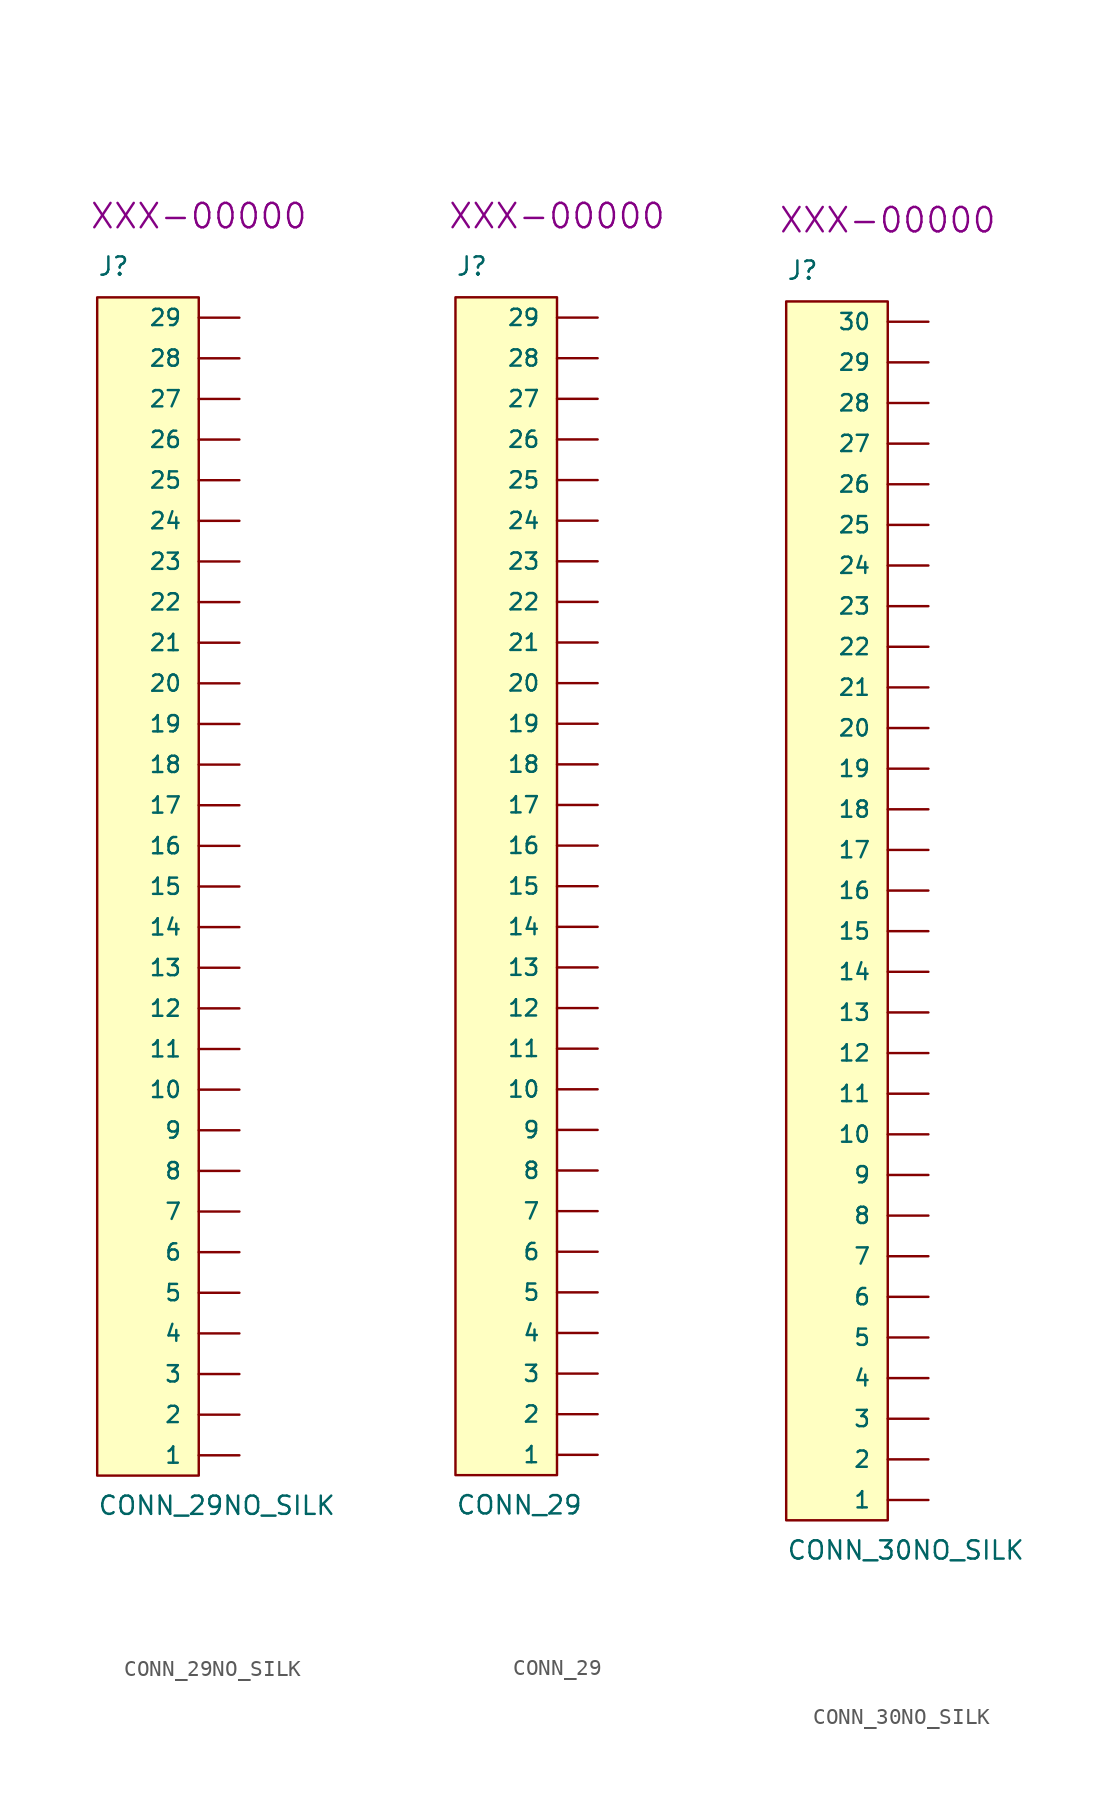
<source format=kicad_sym>
(kicad_symbol_lib
  (version 20220914)
  (generator kicad_symbol_editor)
  (symbol "CONN_29NO_SILK"
    (pin_numbers hide)
    (pin_names
      (offset 1.016))
    (property "Reference" "J"
      (at -6.35 73.66 0)
      (effects (font (size 1.143 1.143)) (justify left bottom)))
    (property "Value" "CONN_29NO_SILK"
      (at -6.35 -3.81 0)
      (effects (font (size 1.143 1.143)) (justify left bottom)))
    (property "Field4" "XXX-00000"
      (at 0 77.47 0)
      (effects (font (size 1.524 1.524))))
    (property "ki_locked" ""
      (at 0 0 0)
      (effects (font (size 1.27 1.27))))
    (symbol "CONN_29NO_SILK_0_1"
      (rectangle (start 0 -1.27) (end -6.35 72.39) (stroke (width 0) (type solid)) (fill (type background))))
    (symbol "CONN_29NO_SILK_1_1"
      (pin passive line (at 2.54 0 180) (length 2.54) (name "1" (effects (font (size 1.016 1.016)))) (number "1" (effects (font (size 1.016 1.016)))))
      (pin passive line (at 2.54 22.86 180) (length 2.54) (name "10" (effects (font (size 1.016 1.016)))) (number "10" (effects (font (size 1.016 1.016)))))
      (pin passive line (at 2.54 25.4 180) (length 2.54) (name "11" (effects (font (size 1.016 1.016)))) (number "11" (effects (font (size 1.016 1.016)))))
      (pin passive line (at 2.54 27.94 180) (length 2.54) (name "12" (effects (font (size 1.016 1.016)))) (number "12" (effects (font (size 1.016 1.016)))))
      (pin passive line (at 2.54 30.48 180) (length 2.54) (name "13" (effects (font (size 1.016 1.016)))) (number "13" (effects (font (size 1.016 1.016)))))
      (pin passive line (at 2.54 33.02 180) (length 2.54) (name "14" (effects (font (size 1.016 1.016)))) (number "14" (effects (font (size 1.016 1.016)))))
      (pin passive line (at 2.54 35.56 180) (length 2.54) (name "15" (effects (font (size 1.016 1.016)))) (number "15" (effects (font (size 1.016 1.016)))))
      (pin passive line (at 2.54 38.1 180) (length 2.54) (name "16" (effects (font (size 1.016 1.016)))) (number "16" (effects (font (size 1.016 1.016)))))
      (pin passive line (at 2.54 40.64 180) (length 2.54) (name "17" (effects (font (size 1.016 1.016)))) (number "17" (effects (font (size 1.016 1.016)))))
      (pin passive line (at 2.54 43.18 180) (length 2.54) (name "18" (effects (font (size 1.016 1.016)))) (number "18" (effects (font (size 1.016 1.016)))))
      (pin passive line (at 2.54 45.72 180) (length 2.54) (name "19" (effects (font (size 1.016 1.016)))) (number "19" (effects (font (size 1.016 1.016)))))
      (pin passive line (at 2.54 2.54 180) (length 2.54) (name "2" (effects (font (size 1.016 1.016)))) (number "2" (effects (font (size 1.016 1.016)))))
      (pin passive line (at 2.54 48.26 180) (length 2.54) (name "20" (effects (font (size 1.016 1.016)))) (number "20" (effects (font (size 1.016 1.016)))))
      (pin passive line (at 2.54 50.8 180) (length 2.54) (name "21" (effects (font (size 1.016 1.016)))) (number "21" (effects (font (size 1.016 1.016)))))
      (pin passive line (at 2.54 53.34 180) (length 2.54) (name "22" (effects (font (size 1.016 1.016)))) (number "22" (effects (font (size 1.016 1.016)))))
      (pin passive line (at 2.54 55.88 180) (length 2.54) (name "23" (effects (font (size 1.016 1.016)))) (number "23" (effects (font (size 1.016 1.016)))))
      (pin passive line (at 2.54 58.42 180) (length 2.54) (name "24" (effects (font (size 1.016 1.016)))) (number "24" (effects (font (size 1.016 1.016)))))
      (pin passive line (at 2.54 60.96 180) (length 2.54) (name "25" (effects (font (size 1.016 1.016)))) (number "25" (effects (font (size 1.016 1.016)))))
      (pin passive line (at 2.54 63.5 180) (length 2.54) (name "26" (effects (font (size 1.016 1.016)))) (number "26" (effects (font (size 1.016 1.016)))))
      (pin passive line (at 2.54 66.04 180) (length 2.54) (name "27" (effects (font (size 1.016 1.016)))) (number "27" (effects (font (size 1.016 1.016)))))
      (pin passive line (at 2.54 68.58 180) (length 2.54) (name "28" (effects (font (size 1.016 1.016)))) (number "28" (effects (font (size 1.016 1.016)))))
      (pin passive line (at 2.54 71.12 180) (length 2.54) (name "29" (effects (font (size 1.016 1.016)))) (number "29" (effects (font (size 1.016 1.016)))))
      (pin passive line (at 2.54 5.08 180) (length 2.54) (name "3" (effects (font (size 1.016 1.016)))) (number "3" (effects (font (size 1.016 1.016)))))
      (pin passive line (at 2.54 7.62 180) (length 2.54) (name "4" (effects (font (size 1.016 1.016)))) (number "4" (effects (font (size 1.016 1.016)))))
      (pin passive line (at 2.54 10.16 180) (length 2.54) (name "5" (effects (font (size 1.016 1.016)))) (number "5" (effects (font (size 1.016 1.016)))))
      (pin passive line (at 2.54 12.7 180) (length 2.54) (name "6" (effects (font (size 1.016 1.016)))) (number "6" (effects (font (size 1.016 1.016)))))
      (pin passive line (at 2.54 15.24 180) (length 2.54) (name "7" (effects (font (size 1.016 1.016)))) (number "7" (effects (font (size 1.016 1.016)))))
      (pin passive line (at 2.54 17.78 180) (length 2.54) (name "8" (effects (font (size 1.016 1.016)))) (number "8" (effects (font (size 1.016 1.016)))))
      (pin passive line (at 2.54 20.32 180) (length 2.54) (name "9" (effects (font (size 1.016 1.016)))) (number "9" (effects (font (size 1.016 1.016)))))))
  (symbol "CONN_29"
    (pin_numbers hide)
    (pin_names
      (offset 1.016))
    (property "Reference" "J"
      (at -6.35 73.66 0)
      (effects (font (size 1.143 1.143)) (justify left bottom)))
    (property "Value" "CONN_29"
      (at -6.35 -3.81 0)
      (effects (font (size 1.143 1.143)) (justify left bottom)))
    (property "Field4" "XXX-00000"
      (at 0 77.47 0)
      (effects (font (size 1.524 1.524))))
    (property "ki_locked" ""
      (at 0 0 0)
      (effects (font (size 1.27 1.27))))
    (symbol "CONN_29_0_1"
      (rectangle (start 0 -1.27) (end -6.35 72.39) (stroke (width 0) (type solid)) (fill (type background))))
    (symbol "CONN_29_1_1"
      (pin passive line (at 2.54 0 180) (length 2.54) (name "1" (effects (font (size 1.016 1.016)))) (number "1" (effects (font (size 1.016 1.016)))))
      (pin passive line (at 2.54 22.86 180) (length 2.54) (name "10" (effects (font (size 1.016 1.016)))) (number "10" (effects (font (size 1.016 1.016)))))
      (pin passive line (at 2.54 25.4 180) (length 2.54) (name "11" (effects (font (size 1.016 1.016)))) (number "11" (effects (font (size 1.016 1.016)))))
      (pin passive line (at 2.54 27.94 180) (length 2.54) (name "12" (effects (font (size 1.016 1.016)))) (number "12" (effects (font (size 1.016 1.016)))))
      (pin passive line (at 2.54 30.48 180) (length 2.54) (name "13" (effects (font (size 1.016 1.016)))) (number "13" (effects (font (size 1.016 1.016)))))
      (pin passive line (at 2.54 33.02 180) (length 2.54) (name "14" (effects (font (size 1.016 1.016)))) (number "14" (effects (font (size 1.016 1.016)))))
      (pin passive line (at 2.54 35.56 180) (length 2.54) (name "15" (effects (font (size 1.016 1.016)))) (number "15" (effects (font (size 1.016 1.016)))))
      (pin passive line (at 2.54 38.1 180) (length 2.54) (name "16" (effects (font (size 1.016 1.016)))) (number "16" (effects (font (size 1.016 1.016)))))
      (pin passive line (at 2.54 40.64 180) (length 2.54) (name "17" (effects (font (size 1.016 1.016)))) (number "17" (effects (font (size 1.016 1.016)))))
      (pin passive line (at 2.54 43.18 180) (length 2.54) (name "18" (effects (font (size 1.016 1.016)))) (number "18" (effects (font (size 1.016 1.016)))))
      (pin passive line (at 2.54 45.72 180) (length 2.54) (name "19" (effects (font (size 1.016 1.016)))) (number "19" (effects (font (size 1.016 1.016)))))
      (pin passive line (at 2.54 2.54 180) (length 2.54) (name "2" (effects (font (size 1.016 1.016)))) (number "2" (effects (font (size 1.016 1.016)))))
      (pin passive line (at 2.54 48.26 180) (length 2.54) (name "20" (effects (font (size 1.016 1.016)))) (number "20" (effects (font (size 1.016 1.016)))))
      (pin passive line (at 2.54 50.8 180) (length 2.54) (name "21" (effects (font (size 1.016 1.016)))) (number "21" (effects (font (size 1.016 1.016)))))
      (pin passive line (at 2.54 53.34 180) (length 2.54) (name "22" (effects (font (size 1.016 1.016)))) (number "22" (effects (font (size 1.016 1.016)))))
      (pin passive line (at 2.54 55.88 180) (length 2.54) (name "23" (effects (font (size 1.016 1.016)))) (number "23" (effects (font (size 1.016 1.016)))))
      (pin passive line (at 2.54 58.42 180) (length 2.54) (name "24" (effects (font (size 1.016 1.016)))) (number "24" (effects (font (size 1.016 1.016)))))
      (pin passive line (at 2.54 60.96 180) (length 2.54) (name "25" (effects (font (size 1.016 1.016)))) (number "25" (effects (font (size 1.016 1.016)))))
      (pin passive line (at 2.54 63.5 180) (length 2.54) (name "26" (effects (font (size 1.016 1.016)))) (number "26" (effects (font (size 1.016 1.016)))))
      (pin passive line (at 2.54 66.04 180) (length 2.54) (name "27" (effects (font (size 1.016 1.016)))) (number "27" (effects (font (size 1.016 1.016)))))
      (pin passive line (at 2.54 68.58 180) (length 2.54) (name "28" (effects (font (size 1.016 1.016)))) (number "28" (effects (font (size 1.016 1.016)))))
      (pin passive line (at 2.54 71.12 180) (length 2.54) (name "29" (effects (font (size 1.016 1.016)))) (number "29" (effects (font (size 1.016 1.016)))))
      (pin passive line (at 2.54 5.08 180) (length 2.54) (name "3" (effects (font (size 1.016 1.016)))) (number "3" (effects (font (size 1.016 1.016)))))
      (pin passive line (at 2.54 7.62 180) (length 2.54) (name "4" (effects (font (size 1.016 1.016)))) (number "4" (effects (font (size 1.016 1.016)))))
      (pin passive line (at 2.54 10.16 180) (length 2.54) (name "5" (effects (font (size 1.016 1.016)))) (number "5" (effects (font (size 1.016 1.016)))))
      (pin passive line (at 2.54 12.7 180) (length 2.54) (name "6" (effects (font (size 1.016 1.016)))) (number "6" (effects (font (size 1.016 1.016)))))
      (pin passive line (at 2.54 15.24 180) (length 2.54) (name "7" (effects (font (size 1.016 1.016)))) (number "7" (effects (font (size 1.016 1.016)))))
      (pin passive line (at 2.54 17.78 180) (length 2.54) (name "8" (effects (font (size 1.016 1.016)))) (number "8" (effects (font (size 1.016 1.016)))))
      (pin passive line (at 2.54 20.32 180) (length 2.54) (name "9" (effects (font (size 1.016 1.016)))) (number "9" (effects (font (size 1.016 1.016)))))))
  (symbol "CONN_30NO_SILK"
    (pin_numbers hide)
    (pin_names
      (offset 1.016))
    (property "Reference" "J"
      (at -6.35 76.2 0)
      (effects (font (size 1.143 1.143)) (justify left bottom)))
    (property "Value" "CONN_30NO_SILK"
      (at -6.35 -3.81 0)
      (effects (font (size 1.143 1.143)) (justify left bottom)))
    (property "Field4" "XXX-00000"
      (at 0 80.01 0)
      (effects (font (size 1.524 1.524))))
    (property "ki_locked" ""
      (at 0 0 0)
      (effects (font (size 1.27 1.27))))
    (symbol "CONN_30NO_SILK_0_1"
      (rectangle (start 0 -1.27) (end -6.35 74.93) (stroke (width 0) (type solid)) (fill (type background))))
    (symbol "CONN_30NO_SILK_1_1"
      (pin passive line (at 2.54 0 180) (length 2.54) (name "1" (effects (font (size 1.016 1.016)))) (number "1" (effects (font (size 1.016 1.016)))))
      (pin passive line (at 2.54 22.86 180) (length 2.54) (name "10" (effects (font (size 1.016 1.016)))) (number "10" (effects (font (size 1.016 1.016)))))
      (pin passive line (at 2.54 25.4 180) (length 2.54) (name "11" (effects (font (size 1.016 1.016)))) (number "11" (effects (font (size 1.016 1.016)))))
      (pin passive line (at 2.54 27.94 180) (length 2.54) (name "12" (effects (font (size 1.016 1.016)))) (number "12" (effects (font (size 1.016 1.016)))))
      (pin passive line (at 2.54 30.48 180) (length 2.54) (name "13" (effects (font (size 1.016 1.016)))) (number "13" (effects (font (size 1.016 1.016)))))
      (pin passive line (at 2.54 33.02 180) (length 2.54) (name "14" (effects (font (size 1.016 1.016)))) (number "14" (effects (font (size 1.016 1.016)))))
      (pin passive line (at 2.54 35.56 180) (length 2.54) (name "15" (effects (font (size 1.016 1.016)))) (number "15" (effects (font (size 1.016 1.016)))))
      (pin passive line (at 2.54 38.1 180) (length 2.54) (name "16" (effects (font (size 1.016 1.016)))) (number "16" (effects (font (size 1.016 1.016)))))
      (pin passive line (at 2.54 40.64 180) (length 2.54) (name "17" (effects (font (size 1.016 1.016)))) (number "17" (effects (font (size 1.016 1.016)))))
      (pin passive line (at 2.54 43.18 180) (length 2.54) (name "18" (effects (font (size 1.016 1.016)))) (number "18" (effects (font (size 1.016 1.016)))))
      (pin passive line (at 2.54 45.72 180) (length 2.54) (name "19" (effects (font (size 1.016 1.016)))) (number "19" (effects (font (size 1.016 1.016)))))
      (pin passive line (at 2.54 2.54 180) (length 2.54) (name "2" (effects (font (size 1.016 1.016)))) (number "2" (effects (font (size 1.016 1.016)))))
      (pin passive line (at 2.54 48.26 180) (length 2.54) (name "20" (effects (font (size 1.016 1.016)))) (number "20" (effects (font (size 1.016 1.016)))))
      (pin passive line (at 2.54 50.8 180) (length 2.54) (name "21" (effects (font (size 1.016 1.016)))) (number "21" (effects (font (size 1.016 1.016)))))
      (pin passive line (at 2.54 53.34 180) (length 2.54) (name "22" (effects (font (size 1.016 1.016)))) (number "22" (effects (font (size 1.016 1.016)))))
      (pin passive line (at 2.54 55.88 180) (length 2.54) (name "23" (effects (font (size 1.016 1.016)))) (number "23" (effects (font (size 1.016 1.016)))))
      (pin passive line (at 2.54 58.42 180) (length 2.54) (name "24" (effects (font (size 1.016 1.016)))) (number "24" (effects (font (size 1.016 1.016)))))
      (pin passive line (at 2.54 60.96 180) (length 2.54) (name "25" (effects (font (size 1.016 1.016)))) (number "25" (effects (font (size 1.016 1.016)))))
      (pin passive line (at 2.54 63.5 180) (length 2.54) (name "26" (effects (font (size 1.016 1.016)))) (number "26" (effects (font (size 1.016 1.016)))))
      (pin passive line (at 2.54 66.04 180) (length 2.54) (name "27" (effects (font (size 1.016 1.016)))) (number "27" (effects (font (size 1.016 1.016)))))
      (pin passive line (at 2.54 68.58 180) (length 2.54) (name "28" (effects (font (size 1.016 1.016)))) (number "28" (effects (font (size 1.016 1.016)))))
      (pin passive line (at 2.54 71.12 180) (length 2.54) (name "29" (effects (font (size 1.016 1.016)))) (number "29" (effects (font (size 1.016 1.016)))))
      (pin passive line (at 2.54 5.08 180) (length 2.54) (name "3" (effects (font (size 1.016 1.016)))) (number "3" (effects (font (size 1.016 1.016)))))
      (pin passive line (at 2.54 73.66 180) (length 2.54) (name "30" (effects (font (size 1.016 1.016)))) (number "30" (effects (font (size 1.016 1.016)))))
      (pin passive line (at 2.54 7.62 180) (length 2.54) (name "4" (effects (font (size 1.016 1.016)))) (number "4" (effects (font (size 1.016 1.016)))))
      (pin passive line (at 2.54 10.16 180) (length 2.54) (name "5" (effects (font (size 1.016 1.016)))) (number "5" (effects (font (size 1.016 1.016)))))
      (pin passive line (at 2.54 12.7 180) (length 2.54) (name "6" (effects (font (size 1.016 1.016)))) (number "6" (effects (font (size 1.016 1.016)))))
      (pin passive line (at 2.54 15.24 180) (length 2.54) (name "7" (effects (font (size 1.016 1.016)))) (number "7" (effects (font (size 1.016 1.016)))))
      (pin passive line (at 2.54 17.78 180) (length 2.54) (name "8" (effects (font (size 1.016 1.016)))) (number "8" (effects (font (size 1.016 1.016)))))
      (pin passive line (at 2.54 20.32 180) (length 2.54) (name "9" (effects (font (size 1.016 1.016)))) (number "9" (effects (font (size 1.016 1.016))))))))
</source>
